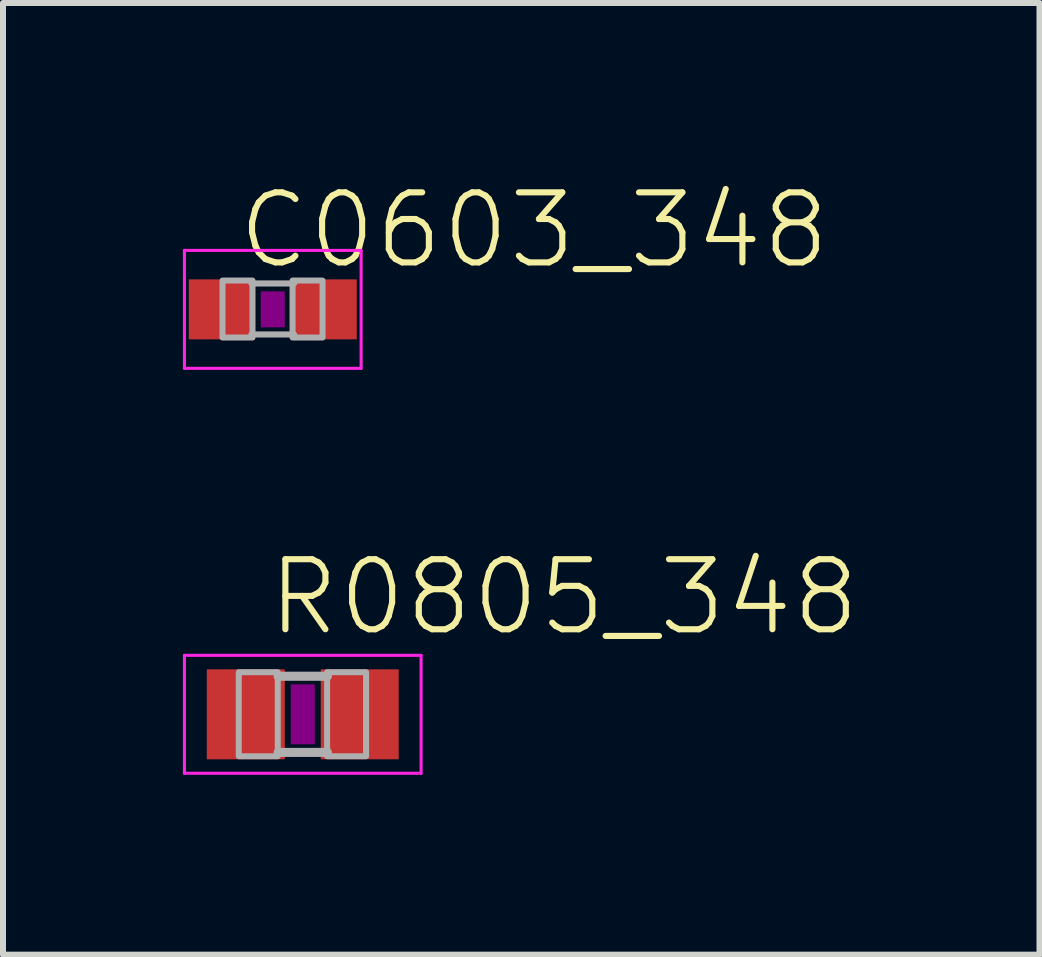
<source format=kicad_pcb>
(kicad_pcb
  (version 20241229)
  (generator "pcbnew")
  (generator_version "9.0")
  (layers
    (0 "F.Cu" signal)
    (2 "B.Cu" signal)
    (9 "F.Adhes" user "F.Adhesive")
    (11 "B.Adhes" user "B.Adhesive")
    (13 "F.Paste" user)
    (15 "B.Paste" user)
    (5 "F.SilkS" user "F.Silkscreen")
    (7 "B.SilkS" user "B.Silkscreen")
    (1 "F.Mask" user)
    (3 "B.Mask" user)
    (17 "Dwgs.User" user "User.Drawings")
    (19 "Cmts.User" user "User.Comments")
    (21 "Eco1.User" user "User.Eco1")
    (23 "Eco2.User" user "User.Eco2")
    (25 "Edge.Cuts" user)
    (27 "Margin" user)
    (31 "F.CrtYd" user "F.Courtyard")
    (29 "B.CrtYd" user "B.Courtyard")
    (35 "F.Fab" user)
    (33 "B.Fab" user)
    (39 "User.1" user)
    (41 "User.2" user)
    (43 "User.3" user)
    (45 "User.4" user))
  (footprint "R0805_348"
    (layer "F.Cu")
    (at 1.998 8.86)
    (property "Reference" "R0805_348" (at -0.635 -1.27 0) (unlocked yes) (layer "F.SilkS") (effects (font (size 1.168 1.168) (thickness 0.102)) (justify left bottom)))
    (fp_poly (pts (xy -0.2 0.5) (xy 0.2 0.5) (xy 0.2 -0.5) (xy -0.2 -0.5)) (stroke (width 0) (type default)) (fill yes) (layer "F.Adhes"))
    (fp_line (start -1.973 -0.983) (end 1.973 -0.983) (stroke (width 0.051) (type solid)) (layer "F.CrtYd"))
    (fp_line (start -1.973 0.983) (end -1.973 -0.983) (stroke (width 0.051) (type solid)) (layer "F.CrtYd"))
    (fp_line (start 1.973 -0.983) (end 1.973 0.983) (stroke (width 0.051) (type solid)) (layer "F.CrtYd"))
    (fp_line (start 1.973 0.983) (end -1.973 0.983) (stroke (width 0.051) (type solid)) (layer "F.CrtYd"))
    (fp_line (start -0.41 -0.635) (end 0.41 -0.635) (stroke (width 0.152) (type solid)) (layer "F.Fab"))
    (fp_line (start -0.41 0.635) (end 0.41 0.635) (stroke (width 0.152) (type solid)) (layer "F.Fab"))
    (fp_poly (pts (xy -1.067 0.699) (xy -0.417 0.699) (xy -0.417 -0.702) (xy -1.067 -0.702)) (stroke (width 0.1) (type default)) (fill no) (layer "F.Fab"))
    (fp_poly (pts (xy 0.406 0.699) (xy 1.056 0.699) (xy 1.056 -0.702) (xy 0.406 -0.702)) (stroke (width 0.1) (type default)) (fill no) (layer "F.Fab"))
    (pad "1" smd rect (at -0.95 0) (size 1.3 1.5) (layers "F.Cu" "F.Mask" "F.Paste"))
    (pad "2" smd rect (at 0.95 0) (size 1.3 1.5) (layers "F.Cu" "F.Mask" "F.Paste")))
  (footprint "C0603_348"
    (layer "F.Cu")
    (at 1.498 2.108)
    (property "Reference" "C0603_348" (at -0.635 -0.635 0) (unlocked yes) (layer "F.SilkS") (effects (font (size 1.168 1.168) (thickness 0.102)) (justify left bottom)))
    (fp_poly (pts (xy -0.2 0.3) (xy 0.2 0.3) (xy 0.2 -0.3) (xy -0.2 -0.3)) (stroke (width 0) (type default)) (fill yes) (layer "F.Adhes"))
    (fp_line (start -1.473 -0.983) (end 1.473 -0.983) (stroke (width 0.051) (type solid)) (layer "F.CrtYd"))
    (fp_line (start -1.473 0.983) (end -1.473 -0.983) (stroke (width 0.051) (type solid)) (layer "F.CrtYd"))
    (fp_line (start 1.473 -0.983) (end 1.473 0.983) (stroke (width 0.051) (type solid)) (layer "F.CrtYd"))
    (fp_line (start 1.473 0.983) (end -1.473 0.983) (stroke (width 0.051) (type solid)) (layer "F.CrtYd"))
    (fp_line (start -0.356 -0.432) (end 0.356 -0.432) (stroke (width 0.102) (type solid)) (layer "F.Fab"))
    (fp_line (start -0.356 0.419) (end 0.356 0.419) (stroke (width 0.102) (type solid)) (layer "F.Fab"))
    (fp_poly (pts (xy -0.838 0.47) (xy -0.338 0.47) (xy -0.338 -0.48) (xy -0.838 -0.48)) (stroke (width 0.1) (type default)) (fill no) (layer "F.Fab"))
    (fp_poly (pts (xy 0.33 0.47) (xy 0.83 0.47) (xy 0.83 -0.48) (xy 0.33 -0.48)) (stroke (width 0.1) (type default)) (fill no) (layer "F.Fab"))
    (pad "1" smd rect (at -0.85 0) (size 1.1 1) (layers "F.Cu" "F.Mask" "F.Paste"))
    (pad "2" smd rect (at 0.85 0) (size 1.1 1) (layers "F.Cu" "F.Mask" "F.Paste")))
  (gr_rect
    (start -3 -3)
    (end 14.282 12.868)
    (stroke (width 0.1) (type default))
    (fill no)
    (layer "Edge.Cuts")))
</source>
